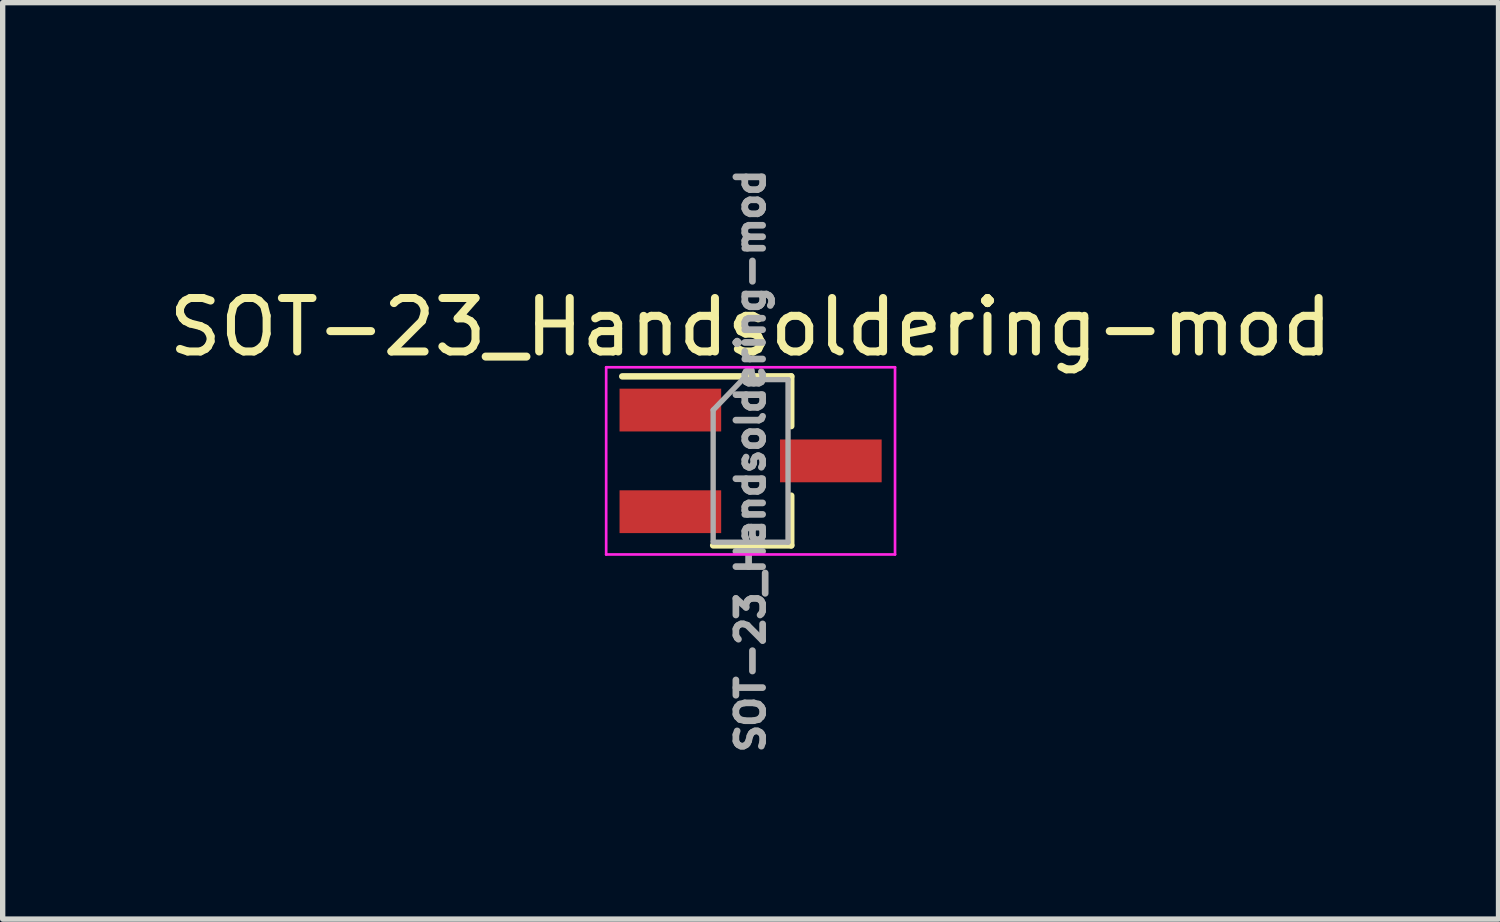
<source format=kicad_pcb>
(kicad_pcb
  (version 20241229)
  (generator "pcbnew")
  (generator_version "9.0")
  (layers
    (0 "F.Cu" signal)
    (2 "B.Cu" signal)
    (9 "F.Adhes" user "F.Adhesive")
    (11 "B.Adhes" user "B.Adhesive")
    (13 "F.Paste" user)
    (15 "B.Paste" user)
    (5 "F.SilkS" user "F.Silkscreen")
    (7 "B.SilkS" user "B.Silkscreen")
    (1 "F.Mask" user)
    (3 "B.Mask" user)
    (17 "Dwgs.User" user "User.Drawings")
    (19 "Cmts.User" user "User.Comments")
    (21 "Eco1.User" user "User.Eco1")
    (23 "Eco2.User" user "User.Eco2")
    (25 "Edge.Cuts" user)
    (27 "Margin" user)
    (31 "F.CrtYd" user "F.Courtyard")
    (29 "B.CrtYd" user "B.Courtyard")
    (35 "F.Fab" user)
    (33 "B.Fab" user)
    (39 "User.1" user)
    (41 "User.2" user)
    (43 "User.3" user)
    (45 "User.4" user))
  (footprint "SOT-23_Handsoldering-mod"
    (layer "F.Cu")
    (at 10.982 5.566)
    (property "Reference" "SOT-23_Handsoldering-mod" (at 0 -2.5 0) (layer "F.SilkS") (effects (font (size 1 1) (thickness 0.15))))
    (attr smd)
    (fp_line (start -2.4 -1.58) (end 0.76 -1.58) (stroke (width 0.12) (type solid)) (layer "F.SilkS"))
    (fp_line (start -0.7 1.58) (end 0.76 1.58) (stroke (width 0.12) (type solid)) (layer "F.SilkS"))
    (fp_line (start 0.76 -0.65) (end 0.76 -1.58) (stroke (width 0.12) (type solid)) (layer "F.SilkS"))
    (fp_line (start 0.76 0.65) (end 0.76 1.58) (stroke (width 0.12) (type solid)) (layer "F.SilkS"))
    (fp_line (start -2.7 -1.75) (end -2.7 1.75) (stroke (width 0.05) (type solid)) (layer "F.CrtYd"))
    (fp_line (start -2.7 1.75) (end 2.7 1.75) (stroke (width 0.05) (type solid)) (layer "F.CrtYd"))
    (fp_line (start 2.7 -1.75) (end -2.7 -1.75) (stroke (width 0.05) (type solid)) (layer "F.CrtYd"))
    (fp_line (start 2.7 1.75) (end 2.7 -1.75) (stroke (width 0.05) (type solid)) (layer "F.CrtYd"))
    (fp_line (start -0.7 1.5) (end -0.7 -0.95) (stroke (width 0.1) (type solid)) (layer "F.Fab"))
    (fp_line (start -0.15 -1.52) (end -0.7 -0.95) (stroke (width 0.1) (type solid)) (layer "F.Fab"))
    (fp_line (start 0.7 -1.52) (end -0.15 -1.52) (stroke (width 0.1) (type solid)) (layer "F.Fab"))
    (fp_line (start 0.7 1.52) (end -0.7 1.52) (stroke (width 0.1) (type solid)) (layer "F.Fab"))
    (fp_line (start 0.7 1.52) (end 0.7 -1.52) (stroke (width 0.1) (type solid)) (layer "F.Fab"))
    (fp_text user "${REFERENCE}" (at 0 0 270) (layer "F.Fab") (effects (font (size 0.5 0.5) (thickness 0.15))))
    (pad "1" smd rect (at -1.5 0.95) (size 1.9 0.8) (layers "F.Cu" "F.Mask" "F.Paste"))
    (pad "2" smd rect (at -1.5 -0.95) (size 1.9 0.8) (layers "F.Cu" "F.Mask" "F.Paste"))
    (pad "3" smd rect (at 1.5 0) (size 1.9 0.8) (layers "F.Cu" "F.Mask" "F.Paste")))
  (gr_rect
    (start -3 -3)
    (end 24.964 14.132)
    (stroke (width 0.1) (type default))
    (fill no)
    (layer "Edge.Cuts")))
</source>
